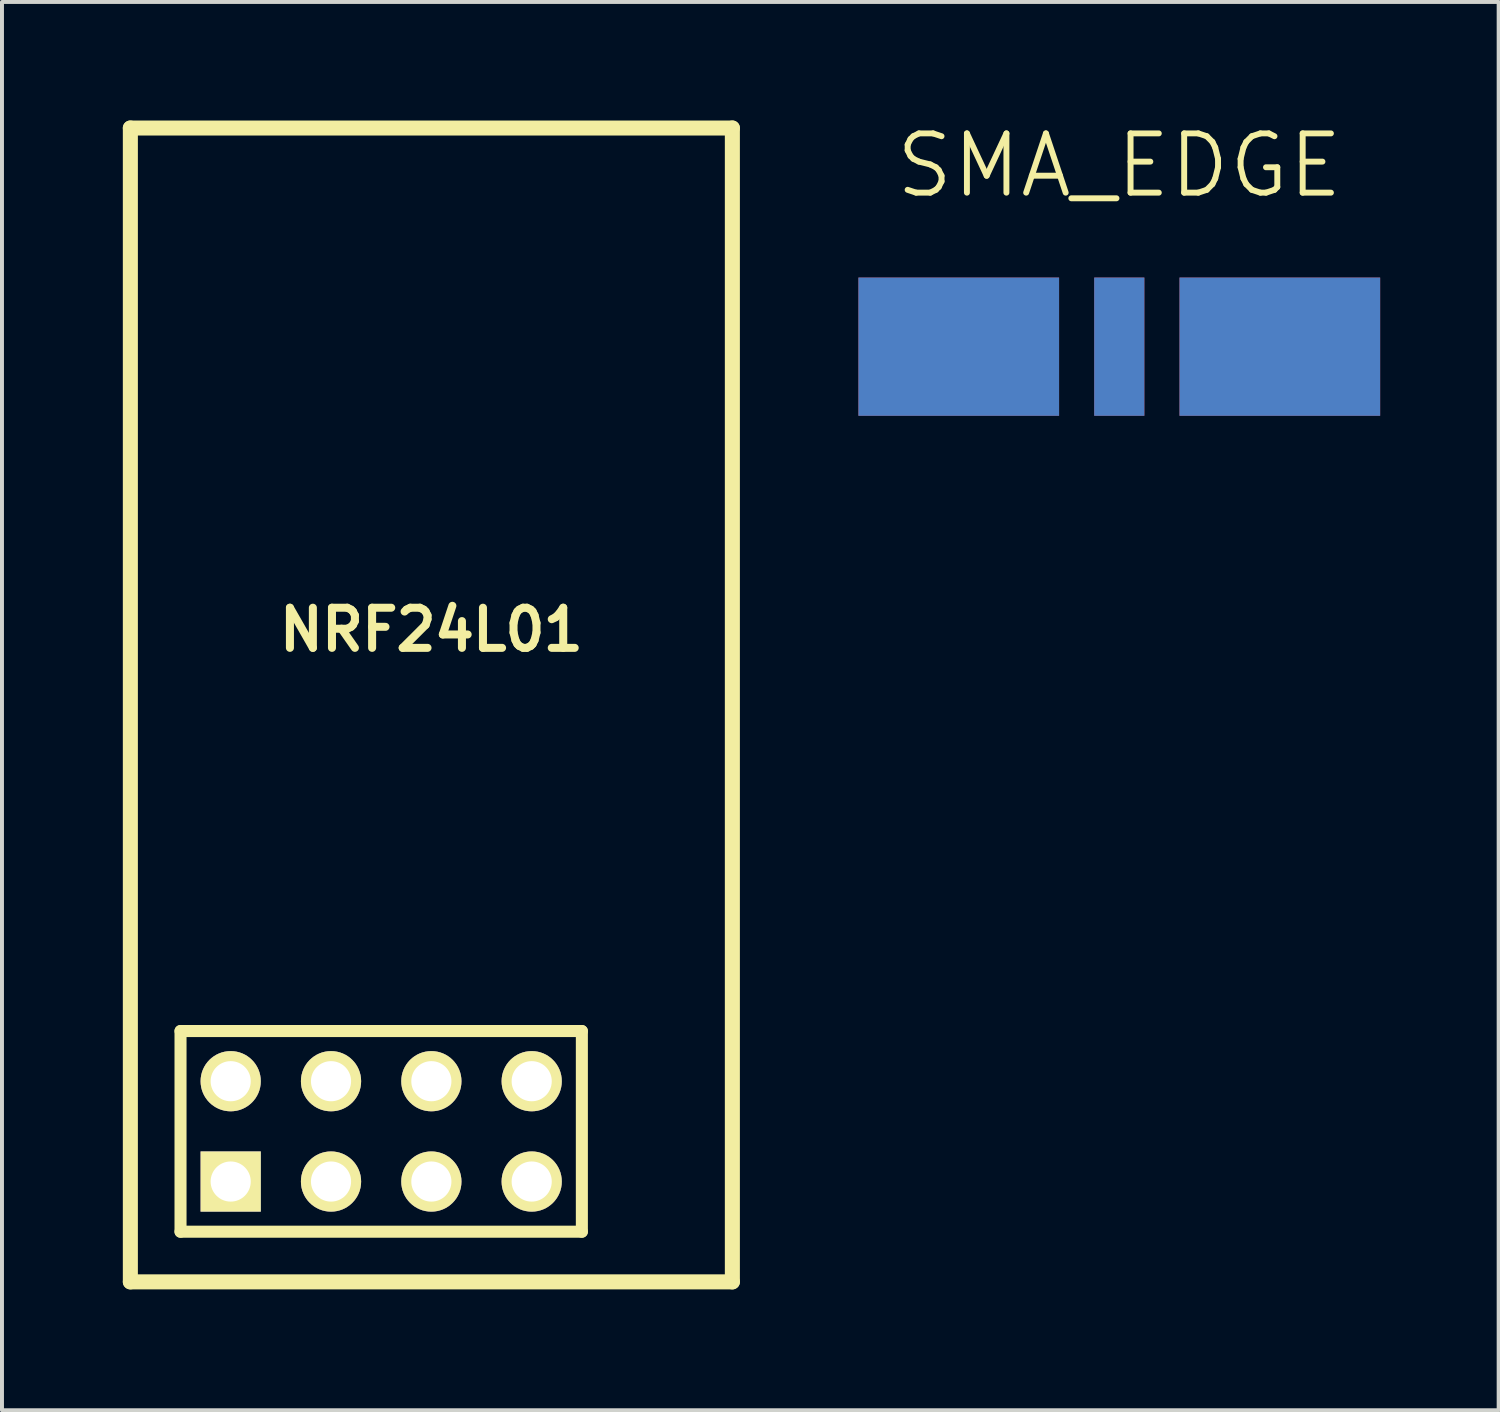
<source format=kicad_pcb>
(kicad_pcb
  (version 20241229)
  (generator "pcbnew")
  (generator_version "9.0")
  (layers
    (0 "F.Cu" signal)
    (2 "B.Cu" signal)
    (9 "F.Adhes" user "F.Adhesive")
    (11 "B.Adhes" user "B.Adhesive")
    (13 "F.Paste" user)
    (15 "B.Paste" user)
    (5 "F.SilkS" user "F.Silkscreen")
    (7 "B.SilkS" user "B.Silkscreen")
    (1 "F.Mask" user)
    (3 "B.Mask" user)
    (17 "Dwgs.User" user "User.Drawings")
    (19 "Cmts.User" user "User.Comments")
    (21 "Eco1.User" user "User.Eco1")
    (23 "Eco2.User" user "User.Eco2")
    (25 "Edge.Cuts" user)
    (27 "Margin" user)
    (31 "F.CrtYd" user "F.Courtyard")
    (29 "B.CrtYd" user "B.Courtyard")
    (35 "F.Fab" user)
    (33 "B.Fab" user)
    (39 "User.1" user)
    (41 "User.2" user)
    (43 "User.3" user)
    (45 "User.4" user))
  (footprint "NRF24L01"
    (layer "F.Cu")
    (at 0.25 29.401)
    (property "Reference" "NRF24L01" (at 7.62 -16.51 0) (layer "F.SilkS") (effects (font (size 1.016 1.016) (thickness 0.203))))
    (attr through_hole)
    (fp_line (start 0 -29.21) (end 15.24 -29.21) (stroke (width 0.381) (type solid)) (layer "F.SilkS"))
    (fp_line (start 0 0) (end 0 -29.21) (stroke (width 0.381) (type solid)) (layer "F.SilkS"))
    (fp_line (start 1.27 -6.35) (end 11.43 -6.35) (stroke (width 0.305) (type solid)) (layer "F.SilkS"))
    (fp_line (start 1.27 -1.27) (end 1.27 -6.35) (stroke (width 0.305) (type solid)) (layer "F.SilkS"))
    (fp_line (start 11.43 -6.35) (end 11.43 -1.27) (stroke (width 0.305) (type solid)) (layer "F.SilkS"))
    (fp_line (start 11.43 -1.27) (end 1.27 -1.27) (stroke (width 0.305) (type solid)) (layer "F.SilkS"))
    (fp_line (start 15.24 -29.21) (end 15.24 0) (stroke (width 0.381) (type solid)) (layer "F.SilkS"))
    (fp_line (start 15.24 0) (end 0 0) (stroke (width 0.381) (type solid)) (layer "F.SilkS"))
    (pad "1" thru_hole rect (at 2.54 -2.54) (size 1.524 1.524) (drill 1.016) (layers "*.Cu" "*.Mask" "F.SilkS"))
    (pad "2" thru_hole circle (at 2.54 -5.08) (size 1.524 1.524) (drill 1.016) (layers "*.Cu" "*.Mask" "F.SilkS"))
    (pad "3" thru_hole circle (at 5.08 -2.54) (size 1.524 1.524) (drill 1.016) (layers "*.Cu" "*.Mask" "F.SilkS"))
    (pad "4" thru_hole circle (at 5.08 -5.08) (size 1.524 1.524) (drill 1.016) (layers "*.Cu" "*.Mask" "F.SilkS"))
    (pad "5" thru_hole circle (at 7.62 -2.54) (size 1.524 1.524) (drill 1.016) (layers "*.Cu" "*.Mask" "F.SilkS"))
    (pad "6" thru_hole circle (at 7.62 -5.08) (size 1.524 1.524) (drill 1.016) (layers "*.Cu" "*.Mask" "F.SilkS"))
    (pad "7" thru_hole circle (at 10.16 -2.54) (size 1.524 1.524) (drill 1.016) (layers "*.Cu" "*.Mask" "F.SilkS"))
    (pad "8" thru_hole circle (at 10.16 -5.08) (size 1.524 1.524) (drill 1.016) (layers "*.Cu" "*.Mask" "F.SilkS")))
  (footprint "SMA_EDGE"
    (layer "F.Cu")
    (at 25.285 7.491)
    (property "Reference" "SMA_EDGE" (at 0 -6.35 0) (layer "F.SilkS") (effects (font (size 1.5 1.5) (thickness 0.15))))
    (attr through_hole)
    (pad "1" smd rect (at 0 -1.765) (size 1.27 3.5) (layers "F.Cu" "F.Mask" "F.Paste"))
    (pad "1" smd rect (at 0 -1.765) (size 1.27 3.5) (layers "B.Cu" "B.Mask" "B.Paste"))
    (pad "2" smd rect (at -4.064 -1.765) (size 5.08 3.5) (layers "F.Cu" "F.Mask" "F.Paste"))
    (pad "2" smd rect (at -4.064 -1.765) (size 5.08 3.5) (layers "B.Cu" "B.Mask" "B.Paste"))
    (pad "2" smd rect (at 4.064 -1.765) (size 5.08 3.5) (layers "F.Cu" "F.Mask" "F.Paste"))
    (pad "2" smd rect (at 4.064 -1.765) (size 5.08 3.5) (layers "B.Cu" "B.Mask" "B.Paste")))
  (gr_rect
    (start -3 -3)
    (end 34.889 32.651)
    (stroke (width 0.1) (type default))
    (fill no)
    (layer "Edge.Cuts")))
</source>
